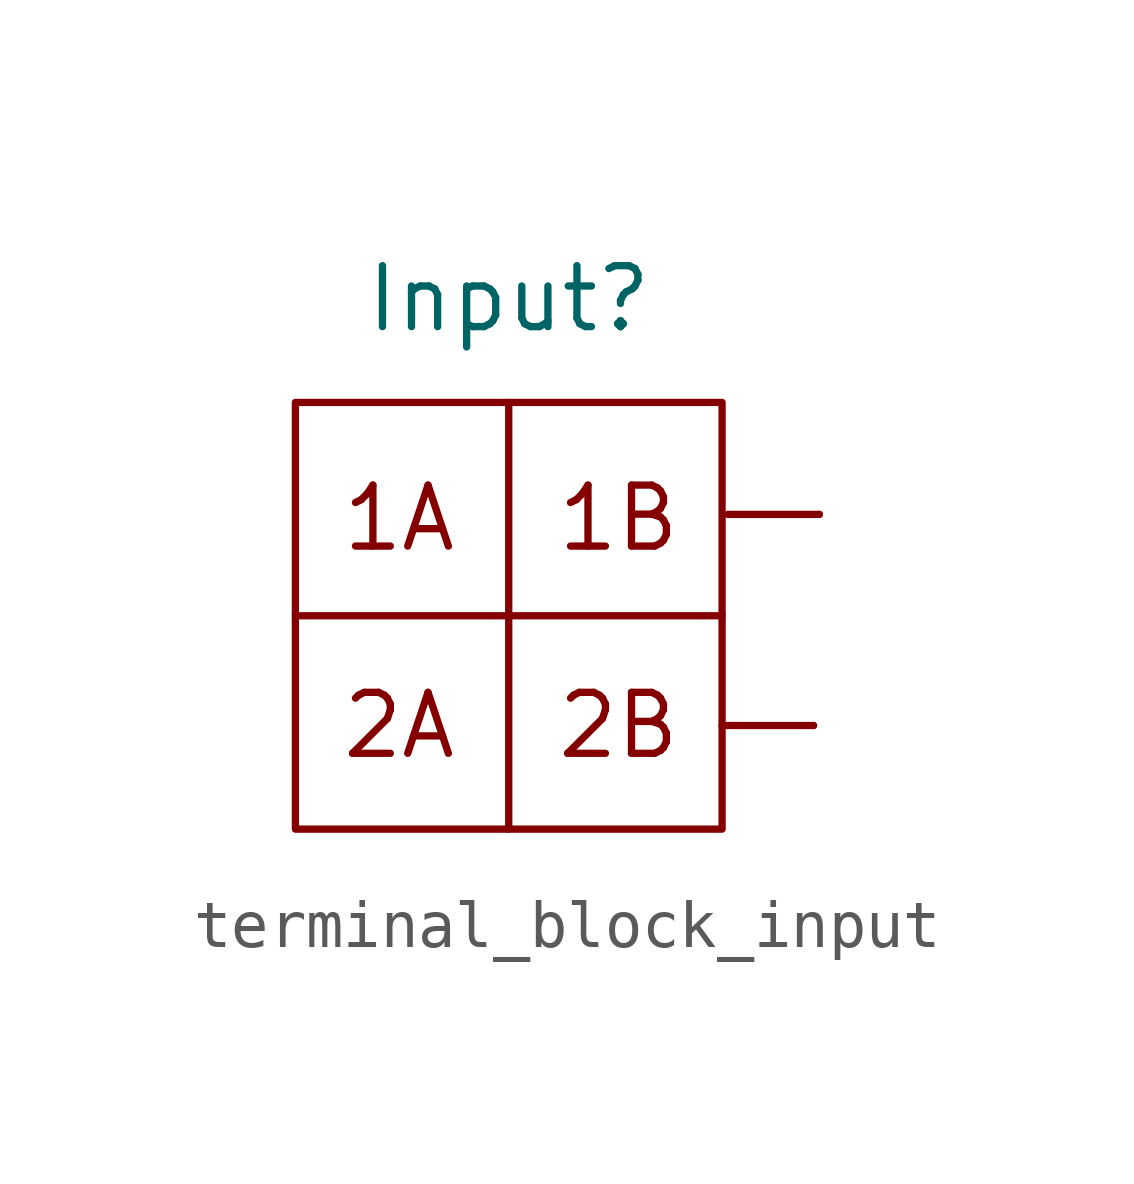
<source format=kicad_sym>
(kicad_symbol_lib
  (version 20241209)
  (generator "kicad_symbol_editor")
  (generator_version "9.0")
  (symbol "terminal_block_input"
    (property "Reference" "Input"
      (at 0 6.35 0)
      (effects (font (size 1.27 1.27))))
    (property "Value" ""
      (at 0 0 0)
      (effects (font (size 1.27 1.27))))
    (symbol "terminal_block_input_0_1"
      (rectangle (start -4.445 4.191) (end 4.445 -4.699) (stroke (width 0) (type default)) (fill (type none)))
      (polyline (pts (xy -4.445 -0.254) (xy 4.445 -0.254)) (stroke (width 0) (type default)) (fill (type none)))
      (polyline (pts (xy 0 4.191) (xy 0 -4.699)) (stroke (width 0) (type default)) (fill (type none)))
      (polyline (pts (xy 4.445 -2.54) (xy 6.35 -2.54)) (stroke (width 0) (type default)) (fill (type none)))
      (polyline (pts (xy 4.566 1.858) (xy 6.471 1.858)) (stroke (width 0) (type default)) (fill (type none))))
    (symbol "terminal_block_input_1_1"
      (text "1A" (at -2.286 1.778 0) (effects (font (size 1.27 1.27))))
      (text "2A" (at -2.286 -2.54 0) (effects (font (size 1.27 1.27))))
      (text "1B" (at 2.286 1.778 0) (effects (font (size 1.27 1.27))))
      (text "2B" (at 2.286 -2.54 0) (effects (font (size 1.27 1.27))))
      (pin passive line (at 6.35 -2.54 180) (length 0) (name "" (effects (font (size 1.27 1.27)))) (number "" (effects (font (size 1.27 1.27)))))
      (pin passive line (at 6.471 1.858 180) (length 0) (name "" (effects (font (size 1.27 1.27)))) (number "" (effects (font (size 1.27 1.27))))))))
</source>
